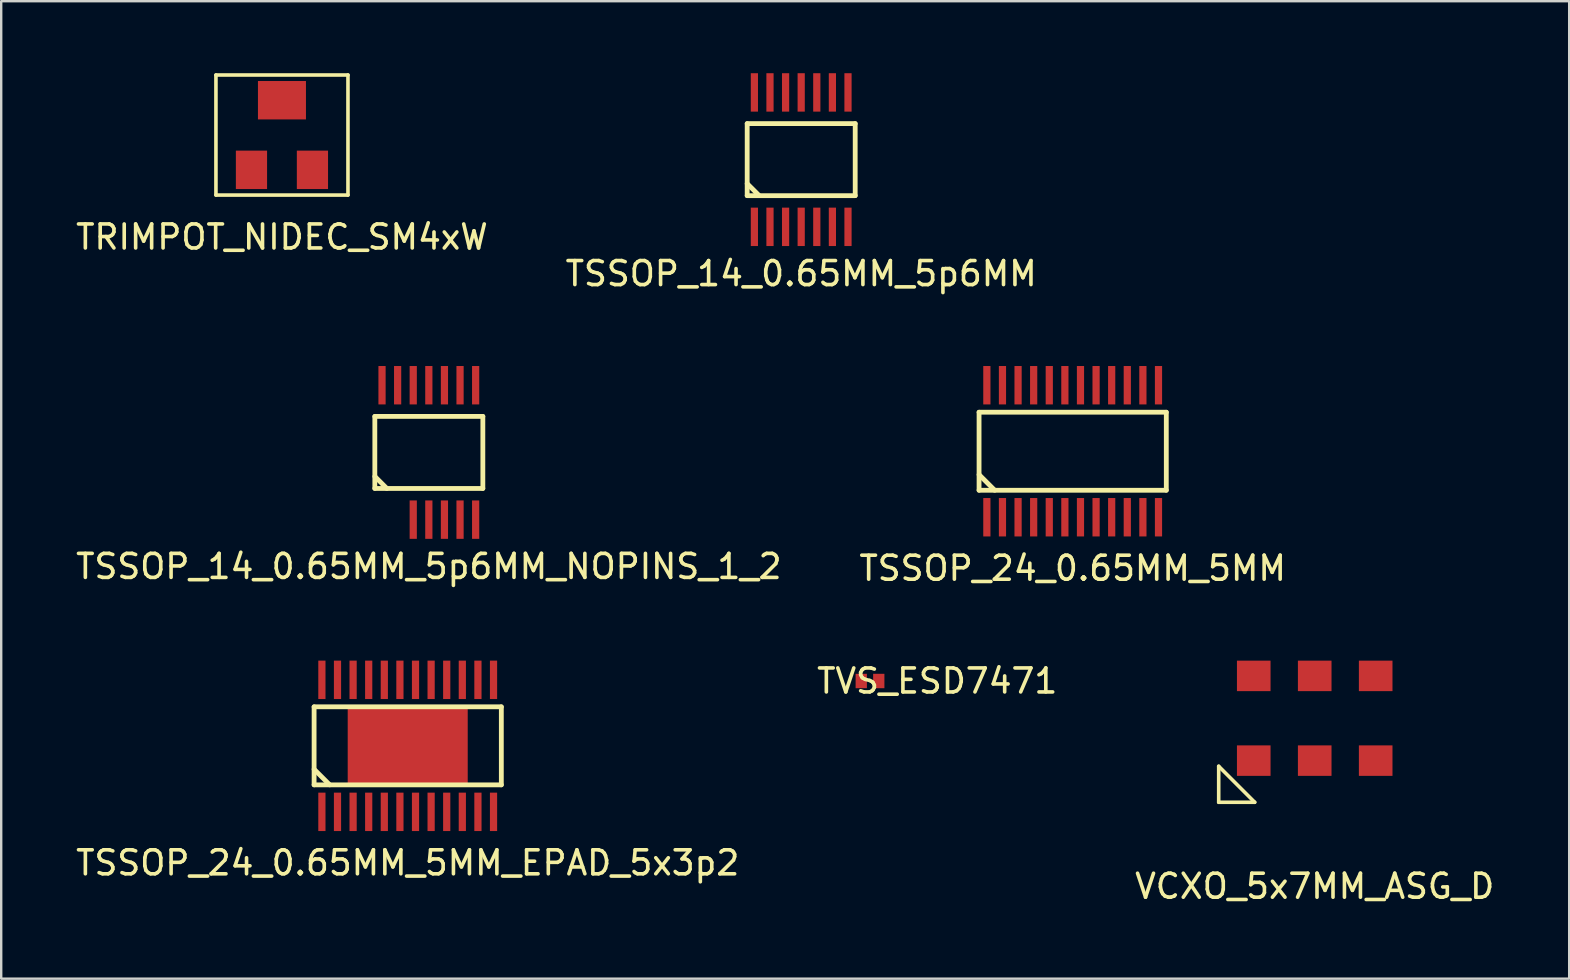
<source format=kicad_pcb>
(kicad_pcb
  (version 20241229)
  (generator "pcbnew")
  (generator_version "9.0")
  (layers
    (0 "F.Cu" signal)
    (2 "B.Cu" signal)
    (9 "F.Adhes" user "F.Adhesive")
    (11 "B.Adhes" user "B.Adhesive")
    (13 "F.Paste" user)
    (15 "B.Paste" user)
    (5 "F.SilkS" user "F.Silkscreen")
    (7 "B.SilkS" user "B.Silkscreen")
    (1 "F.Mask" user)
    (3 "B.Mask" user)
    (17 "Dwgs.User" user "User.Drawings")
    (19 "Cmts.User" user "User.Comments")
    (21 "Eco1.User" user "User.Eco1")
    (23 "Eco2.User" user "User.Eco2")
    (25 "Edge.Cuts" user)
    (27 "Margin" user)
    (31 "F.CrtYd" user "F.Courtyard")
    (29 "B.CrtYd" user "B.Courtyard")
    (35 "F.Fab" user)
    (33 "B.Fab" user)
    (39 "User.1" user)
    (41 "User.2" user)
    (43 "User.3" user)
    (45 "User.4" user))
  (footprint "TSSOP_14_0.65MM_5p6MM_NOPINS_1_2"
    (layer "F.Cu")
    (at 14.815 15.798)
    (property "Reference" "TSSOP_14_0.65MM_5p6MM_NOPINS_1_2" (at 0 4.75 0) (layer "F.SilkS") (effects (font (size 1 1) (thickness 0.15))))
    (attr through_hole)
    (fp_line (start -2.25 -1.5) (end -2.25 1.5) (stroke (width 0.2) (type solid)) (layer "F.SilkS"))
    (fp_line (start -2.25 1) (end -1.75 1.5) (stroke (width 0.2) (type solid)) (layer "F.SilkS"))
    (fp_line (start -2.25 1.5) (end 2.25 1.5) (stroke (width 0.2) (type solid)) (layer "F.SilkS"))
    (fp_line (start 2.25 -1.5) (end -2.25 -1.5) (stroke (width 0.2) (type solid)) (layer "F.SilkS"))
    (fp_line (start 2.25 1.5) (end 2.25 -1.5) (stroke (width 0.2) (type solid)) (layer "F.SilkS"))
    (pad "" smd rect (at -1.95 2.8) (size 0.3 1.6) (layers "F.Mask"))
    (pad "" smd rect (at -1.3 2.8) (size 0.3 1.6) (layers "F.Mask"))
    (pad "3" smd rect (at -0.65 2.8) (size 0.3 1.6) (layers "F.Cu" "F.Mask" "F.Paste"))
    (pad "4" smd rect (at 0 2.8) (size 0.3 1.6) (layers "F.Cu" "F.Mask" "F.Paste"))
    (pad "5" smd rect (at 0.65 2.8) (size 0.3 1.6) (layers "F.Cu" "F.Mask" "F.Paste"))
    (pad "6" smd rect (at 1.3 2.8) (size 0.3 1.6) (layers "F.Cu" "F.Mask" "F.Paste"))
    (pad "7" smd rect (at 1.95 2.8) (size 0.3 1.6) (layers "F.Cu" "F.Mask" "F.Paste"))
    (pad "8" smd rect (at 1.95 -2.8) (size 0.3 1.6) (layers "F.Cu" "F.Mask" "F.Paste"))
    (pad "9" smd rect (at 1.3 -2.8) (size 0.3 1.6) (layers "F.Cu" "F.Mask" "F.Paste"))
    (pad "10" smd rect (at 0.65 -2.8) (size 0.3 1.6) (layers "F.Cu" "F.Mask" "F.Paste"))
    (pad "11" smd rect (at 0 -2.8) (size 0.3 1.6) (layers "F.Cu" "F.Mask" "F.Paste"))
    (pad "12" smd rect (at -0.65 -2.8) (size 0.3 1.6) (layers "F.Cu" "F.Mask" "F.Paste"))
    (pad "13" smd rect (at -1.3 -2.8) (size 0.3 1.6) (layers "F.Cu" "F.Mask" "F.Paste"))
    (pad "14" smd rect (at -1.95 -2.8) (size 0.3 1.6) (layers "F.Cu" "F.Mask" "F.Paste")))
  (footprint "TSSOP_24_0.65MM_5MM_EPAD_5x3p2"
    (layer "F.Cu")
    (at 13.935 28.021)
    (property "Reference" "TSSOP_24_0.65MM_5MM_EPAD_5x3p2" (at 0 4.875 0) (layer "F.SilkS") (effects (font (size 1 1) (thickness 0.15))))
    (attr through_hole)
    (fp_line (start -3.9 -1.625) (end -3.9 1.625) (stroke (width 0.2) (type solid)) (layer "F.SilkS"))
    (fp_line (start -3.9 0.975) (end -3.25 1.625) (stroke (width 0.2) (type solid)) (layer "F.SilkS"))
    (fp_line (start -3.9 1.625) (end 3.9 1.625) (stroke (width 0.2) (type solid)) (layer "F.SilkS"))
    (fp_line (start 3.9 -1.625) (end -3.9 -1.625) (stroke (width 0.2) (type solid)) (layer "F.SilkS"))
    (fp_line (start 3.9 1.625) (end 3.9 -1.625) (stroke (width 0.2) (type solid)) (layer "F.SilkS"))
    (pad "1" smd rect (at -3.575 2.75) (size 0.3 1.6) (layers "F.Cu" "F.Mask" "F.Paste"))
    (pad "2" smd rect (at -2.925 2.75) (size 0.3 1.6) (layers "F.Cu" "F.Mask" "F.Paste"))
    (pad "3" smd rect (at -2.275 2.75) (size 0.3 1.6) (layers "F.Cu" "F.Mask" "F.Paste"))
    (pad "4" smd rect (at -1.625 2.75) (size 0.3 1.6) (layers "F.Cu" "F.Mask" "F.Paste"))
    (pad "5" smd rect (at -0.975 2.75) (size 0.3 1.6) (layers "F.Cu" "F.Mask" "F.Paste"))
    (pad "6" smd rect (at -0.325 2.75) (size 0.3 1.6) (layers "F.Cu" "F.Mask" "F.Paste"))
    (pad "7" smd rect (at 0.325 2.75) (size 0.3 1.6) (layers "F.Cu" "F.Mask" "F.Paste"))
    (pad "8" smd rect (at 0.975 2.75) (size 0.3 1.6) (layers "F.Cu" "F.Mask" "F.Paste"))
    (pad "9" smd rect (at 1.625 2.75) (size 0.3 1.6) (layers "F.Cu" "F.Mask" "F.Paste"))
    (pad "10" smd rect (at 2.275 2.75) (size 0.3 1.6) (layers "F.Cu" "F.Mask" "F.Paste"))
    (pad "11" smd rect (at 2.925 2.75) (size 0.3 1.6) (layers "F.Cu" "F.Mask" "F.Paste"))
    (pad "12" smd rect (at 3.575 2.75) (size 0.3 1.6) (layers "F.Cu" "F.Mask" "F.Paste"))
    (pad "13" smd rect (at 3.575 -2.75) (size 0.3 1.6) (layers "F.Cu" "F.Mask" "F.Paste"))
    (pad "14" smd rect (at 2.925 -2.75) (size 0.3 1.6) (layers "F.Cu" "F.Mask" "F.Paste"))
    (pad "15" smd rect (at 2.275 -2.75) (size 0.3 1.6) (layers "F.Cu" "F.Mask" "F.Paste"))
    (pad "16" smd rect (at 1.625 -2.75) (size 0.3 1.6) (layers "F.Cu" "F.Mask" "F.Paste"))
    (pad "17" smd rect (at 0.975 -2.75) (size 0.3 1.6) (layers "F.Cu" "F.Mask" "F.Paste"))
    (pad "18" smd rect (at 0.325 -2.75) (size 0.3 1.6) (layers "F.Cu" "F.Mask" "F.Paste"))
    (pad "19" smd rect (at -0.325 -2.75) (size 0.3 1.6) (layers "F.Cu" "F.Mask" "F.Paste"))
    (pad "20" smd rect (at -0.975 -2.75) (size 0.3 1.6) (layers "F.Cu" "F.Mask" "F.Paste"))
    (pad "21" smd rect (at -1.625 -2.75) (size 0.3 1.6) (layers "F.Cu" "F.Mask" "F.Paste"))
    (pad "22" smd rect (at -2.275 -2.75) (size 0.3 1.6) (layers "F.Cu" "F.Mask" "F.Paste"))
    (pad "23" smd rect (at -2.925 -2.75) (size 0.3 1.6) (layers "F.Cu" "F.Mask" "F.Paste"))
    (pad "24" smd rect (at -3.575 -2.75) (size 0.3 1.6) (layers "F.Cu" "F.Mask" "F.Paste"))
    (pad "PAD" smd rect (at 0 0) (size 5 3.2) (layers "F.Cu" "F.Mask" "F.Paste")))
  (footprint "TSSOP_14_0.65MM_5p6MM"
    (layer "F.Cu")
    (at 30.327 3.6)
    (property "Reference" "TSSOP_14_0.65MM_5p6MM" (at 0 4.75 0) (layer "F.SilkS") (effects (font (size 1 1) (thickness 0.15))))
    (attr through_hole)
    (fp_line (start -2.25 -1.5) (end -2.25 1.5) (stroke (width 0.2) (type solid)) (layer "F.SilkS"))
    (fp_line (start -2.25 1) (end -1.75 1.5) (stroke (width 0.2) (type solid)) (layer "F.SilkS"))
    (fp_line (start -2.25 1.5) (end 2.25 1.5) (stroke (width 0.2) (type solid)) (layer "F.SilkS"))
    (fp_line (start 2.25 -1.5) (end -2.25 -1.5) (stroke (width 0.2) (type solid)) (layer "F.SilkS"))
    (fp_line (start 2.25 1.5) (end 2.25 -1.5) (stroke (width 0.2) (type solid)) (layer "F.SilkS"))
    (pad "1" smd rect (at -1.95 2.8) (size 0.3 1.6) (layers "F.Cu" "F.Mask" "F.Paste"))
    (pad "2" smd rect (at -1.3 2.8) (size 0.3 1.6) (layers "F.Cu" "F.Mask" "F.Paste"))
    (pad "3" smd rect (at -0.65 2.8) (size 0.3 1.6) (layers "F.Cu" "F.Mask" "F.Paste"))
    (pad "4" smd rect (at 0 2.8) (size 0.3 1.6) (layers "F.Cu" "F.Mask" "F.Paste"))
    (pad "5" smd rect (at 0.65 2.8) (size 0.3 1.6) (layers "F.Cu" "F.Mask" "F.Paste"))
    (pad "6" smd rect (at 1.3 2.8) (size 0.3 1.6) (layers "F.Cu" "F.Mask" "F.Paste"))
    (pad "7" smd rect (at 1.95 2.8) (size 0.3 1.6) (layers "F.Cu" "F.Mask" "F.Paste"))
    (pad "8" smd rect (at 1.95 -2.8) (size 0.3 1.6) (layers "F.Cu" "F.Mask" "F.Paste"))
    (pad "9" smd rect (at 1.3 -2.8) (size 0.3 1.6) (layers "F.Cu" "F.Mask" "F.Paste"))
    (pad "10" smd rect (at 0.65 -2.8) (size 0.3 1.6) (layers "F.Cu" "F.Mask" "F.Paste"))
    (pad "11" smd rect (at 0 -2.8) (size 0.3 1.6) (layers "F.Cu" "F.Mask" "F.Paste"))
    (pad "12" smd rect (at -0.65 -2.8) (size 0.3 1.6) (layers "F.Cu" "F.Mask" "F.Paste"))
    (pad "13" smd rect (at -1.3 -2.8) (size 0.3 1.6) (layers "F.Cu" "F.Mask" "F.Paste"))
    (pad "14" smd rect (at -1.95 -2.8) (size 0.3 1.6) (layers "F.Cu" "F.Mask" "F.Paste")))
  (footprint "TSSOP_24_0.65MM_5MM"
    (layer "F.Cu")
    (at 41.637 15.748)
    (property "Reference" "TSSOP_24_0.65MM_5MM" (at 0 4.875 0) (layer "F.SilkS") (effects (font (size 1 1) (thickness 0.15))))
    (attr through_hole)
    (fp_line (start -3.9 -1.625) (end -3.9 1.625) (stroke (width 0.2) (type solid)) (layer "F.SilkS"))
    (fp_line (start -3.9 0.975) (end -3.25 1.625) (stroke (width 0.2) (type solid)) (layer "F.SilkS"))
    (fp_line (start -3.9 1.625) (end 3.9 1.625) (stroke (width 0.2) (type solid)) (layer "F.SilkS"))
    (fp_line (start 3.9 -1.625) (end -3.9 -1.625) (stroke (width 0.2) (type solid)) (layer "F.SilkS"))
    (fp_line (start 3.9 1.625) (end 3.9 -1.625) (stroke (width 0.2) (type solid)) (layer "F.SilkS"))
    (pad "1" smd rect (at -3.575 2.75) (size 0.3 1.6) (layers "F.Cu" "F.Mask" "F.Paste"))
    (pad "2" smd rect (at -2.925 2.75) (size 0.3 1.6) (layers "F.Cu" "F.Mask" "F.Paste"))
    (pad "3" smd rect (at -2.275 2.75) (size 0.3 1.6) (layers "F.Cu" "F.Mask" "F.Paste"))
    (pad "4" smd rect (at -1.625 2.75) (size 0.3 1.6) (layers "F.Cu" "F.Mask" "F.Paste"))
    (pad "5" smd rect (at -0.975 2.75) (size 0.3 1.6) (layers "F.Cu" "F.Mask" "F.Paste"))
    (pad "6" smd rect (at -0.325 2.75) (size 0.3 1.6) (layers "F.Cu" "F.Mask" "F.Paste"))
    (pad "7" smd rect (at 0.325 2.75) (size 0.3 1.6) (layers "F.Cu" "F.Mask" "F.Paste"))
    (pad "8" smd rect (at 0.975 2.75) (size 0.3 1.6) (layers "F.Cu" "F.Mask" "F.Paste"))
    (pad "9" smd rect (at 1.625 2.75) (size 0.3 1.6) (layers "F.Cu" "F.Mask" "F.Paste"))
    (pad "10" smd rect (at 2.275 2.75) (size 0.3 1.6) (layers "F.Cu" "F.Mask" "F.Paste"))
    (pad "11" smd rect (at 2.925 2.75) (size 0.3 1.6) (layers "F.Cu" "F.Mask" "F.Paste"))
    (pad "12" smd rect (at 3.575 2.75) (size 0.3 1.6) (layers "F.Cu" "F.Mask" "F.Paste"))
    (pad "13" smd rect (at 3.575 -2.75) (size 0.3 1.6) (layers "F.Cu" "F.Mask" "F.Paste"))
    (pad "14" smd rect (at 2.925 -2.75) (size 0.3 1.6) (layers "F.Cu" "F.Mask" "F.Paste"))
    (pad "15" smd rect (at 2.275 -2.75) (size 0.3 1.6) (layers "F.Cu" "F.Mask" "F.Paste"))
    (pad "16" smd rect (at 1.625 -2.75) (size 0.3 1.6) (layers "F.Cu" "F.Mask" "F.Paste"))
    (pad "17" smd rect (at 0.975 -2.75) (size 0.3 1.6) (layers "F.Cu" "F.Mask" "F.Paste"))
    (pad "18" smd rect (at 0.325 -2.75) (size 0.3 1.6) (layers "F.Cu" "F.Mask" "F.Paste"))
    (pad "19" smd rect (at -0.325 -2.75) (size 0.3 1.6) (layers "F.Cu" "F.Mask" "F.Paste"))
    (pad "20" smd rect (at -0.975 -2.75) (size 0.3 1.6) (layers "F.Cu" "F.Mask" "F.Paste"))
    (pad "21" smd rect (at -1.625 -2.75) (size 0.3 1.6) (layers "F.Cu" "F.Mask" "F.Paste"))
    (pad "22" smd rect (at -2.275 -2.75) (size 0.3 1.6) (layers "F.Cu" "F.Mask" "F.Paste"))
    (pad "23" smd rect (at -2.925 -2.75) (size 0.3 1.6) (layers "F.Cu" "F.Mask" "F.Paste"))
    (pad "24" smd rect (at -3.575 -2.75) (size 0.3 1.6) (layers "F.Cu" "F.Mask" "F.Paste")))
  (footprint "VCXO_5x7MM_ASG_D"
    (layer "F.Cu")
    (at 51.72 26.872)
    (property "Reference" "VCXO_5x7MM_ASG_D" (at 0 7 0) (layer "F.SilkS") (effects (font (size 1 1) (thickness 0.15))))
    (attr through_hole)
    (fp_line (start -4 2) (end -4 3.5) (stroke (width 0.15) (type solid)) (layer "F.SilkS"))
    (fp_line (start -4 3.5) (end -2.5 3.5) (stroke (width 0.15) (type solid)) (layer "F.SilkS"))
    (fp_line (start -2.5 3.5) (end -4 2) (stroke (width 0.15) (type solid)) (layer "F.SilkS"))
    (pad "1" smd rect (at -2.54 1.765) (size 1.4 1.27) (layers "F.Cu" "F.Mask" "F.Paste"))
    (pad "2" smd rect (at 0 1.765) (size 1.4 1.27) (layers "F.Cu" "F.Mask" "F.Paste"))
    (pad "3" smd rect (at 2.54 1.765) (size 1.4 1.27) (layers "F.Cu" "F.Mask" "F.Paste"))
    (pad "4" smd rect (at 2.54 -1.765) (size 1.4 1.27) (layers "F.Cu" "F.Mask" "F.Paste"))
    (pad "5" smd rect (at 0 -1.765) (size 1.4 1.27) (layers "F.Cu" "F.Mask" "F.Paste"))
    (pad "6" smd rect (at -2.54 -1.765) (size 1.4 1.27) (layers "F.Cu" "F.Mask" "F.Paste")))
  (footprint "TRIMPOT_NIDEC_SM4xW"
    (layer "F.Cu")
    (at 8.696 2.575)
    (property "Reference" "TRIMPOT_NIDEC_SM4xW" (at 0 4.25 0) (layer "F.SilkS") (effects (font (size 1 1) (thickness 0.15))))
    (attr through_hole)
    (fp_line (start -2.75 -2.5) (end -2.75 2.5) (stroke (width 0.15) (type solid)) (layer "F.SilkS"))
    (fp_line (start -2.75 2.5) (end 2.75 2.5) (stroke (width 0.15) (type solid)) (layer "F.SilkS"))
    (fp_line (start 2.75 -2.5) (end -2.75 -2.5) (stroke (width 0.15) (type solid)) (layer "F.SilkS"))
    (fp_line (start 2.75 2.5) (end 2.75 -2.5) (stroke (width 0.15) (type solid)) (layer "F.SilkS"))
    (pad "1" smd rect (at -1.27 1.45) (size 1.3 1.6) (layers "F.Cu" "F.Mask" "F.Paste"))
    (pad "2" smd rect (at 0 -1.45) (size 2 1.6) (layers "F.Cu" "F.Mask" "F.Paste"))
    (pad "3" smd rect (at 1.27 1.45) (size 1.3 1.6) (layers "F.Cu" "F.Mask" "F.Paste")))
  (footprint "TVS_ESD7471"
    (layer "F.Cu")
    (at 33.194 25.32)
    (property "Reference" "TVS_ESD7471" (at 2.8 0 0) (layer "F.SilkS") (effects (font (size 1 1) (thickness 0.15))))
    (attr through_hole)
    (pad "1" smd rect (at -0.365 0) (size 0.47 0.6) (layers "F.Cu" "F.Mask" "F.Paste"))
    (pad "2" smd rect (at 0.365 0) (size 0.47 0.6) (layers "F.Cu" "F.Mask" "F.Paste")))
  (gr_rect
    (start -3 -3)
    (end 62.321 37.72)
    (stroke (width 0.1) (type default))
    (fill no)
    (layer "Edge.Cuts")))
</source>
